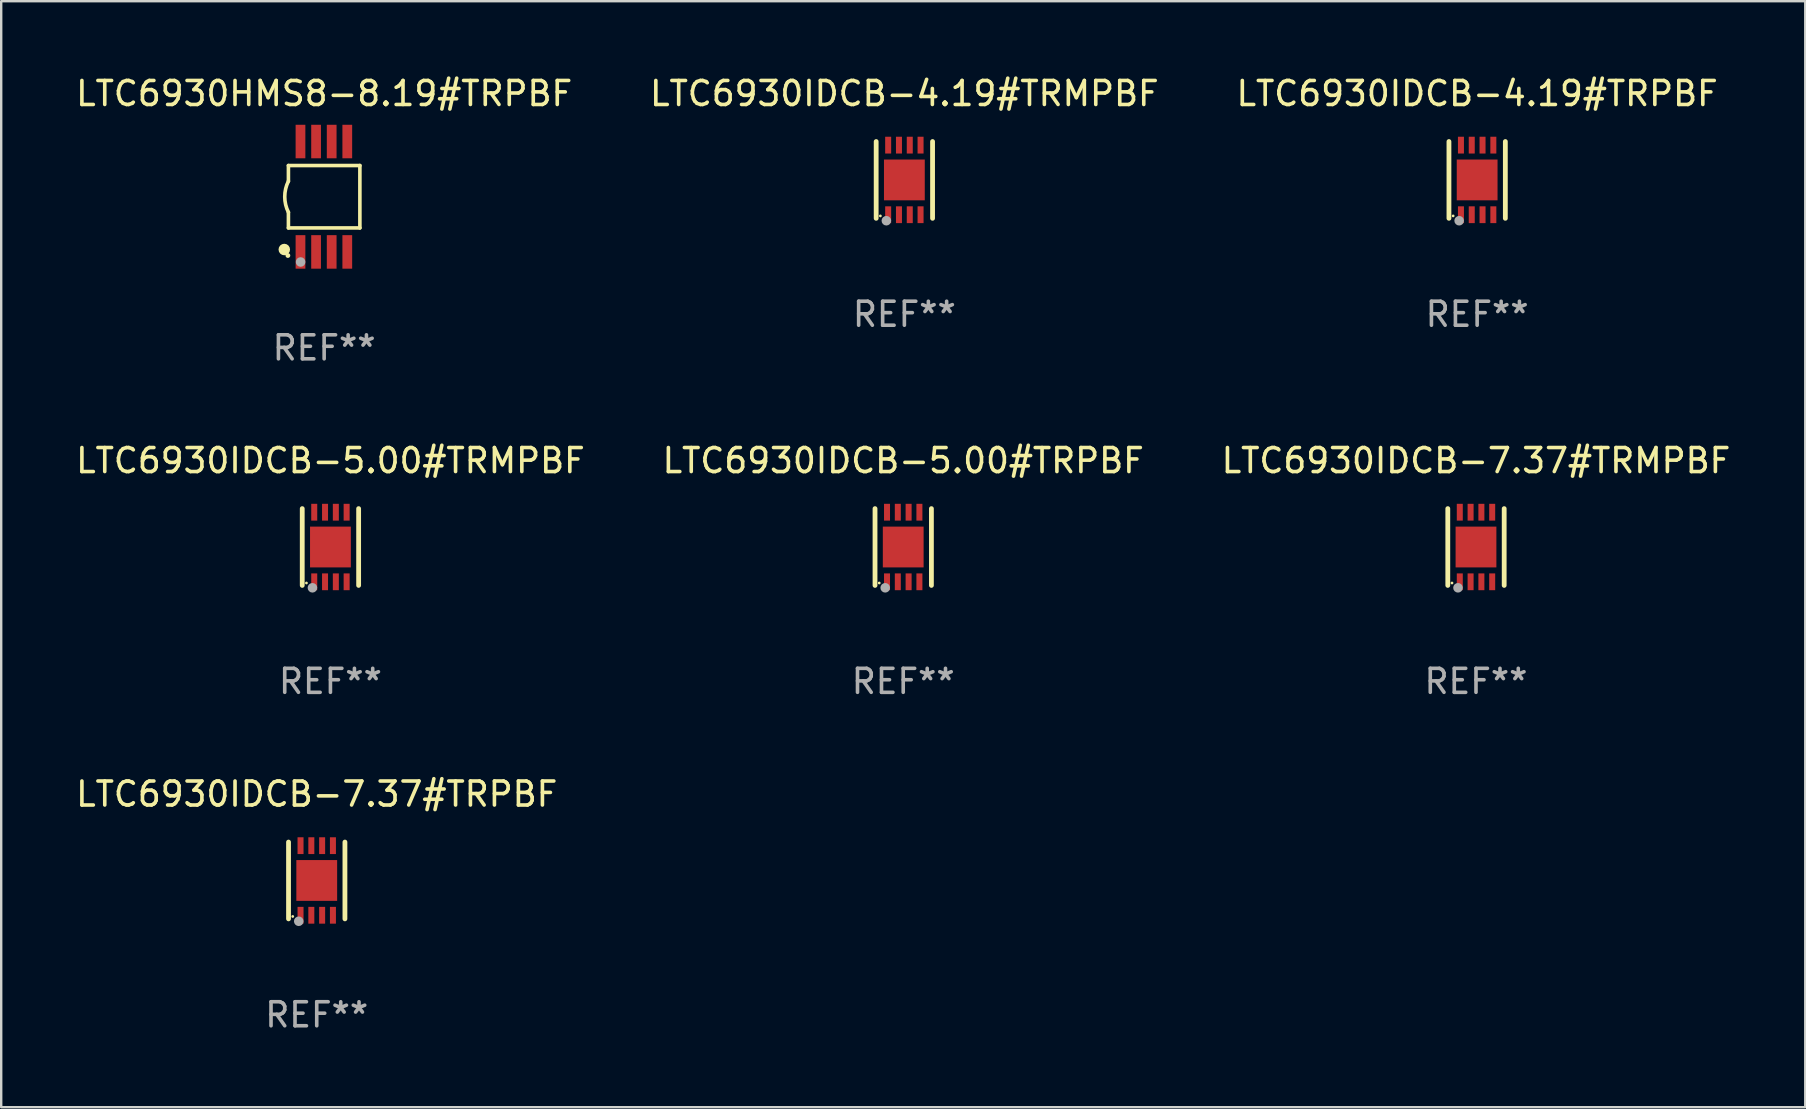
<source format=kicad_pcb>
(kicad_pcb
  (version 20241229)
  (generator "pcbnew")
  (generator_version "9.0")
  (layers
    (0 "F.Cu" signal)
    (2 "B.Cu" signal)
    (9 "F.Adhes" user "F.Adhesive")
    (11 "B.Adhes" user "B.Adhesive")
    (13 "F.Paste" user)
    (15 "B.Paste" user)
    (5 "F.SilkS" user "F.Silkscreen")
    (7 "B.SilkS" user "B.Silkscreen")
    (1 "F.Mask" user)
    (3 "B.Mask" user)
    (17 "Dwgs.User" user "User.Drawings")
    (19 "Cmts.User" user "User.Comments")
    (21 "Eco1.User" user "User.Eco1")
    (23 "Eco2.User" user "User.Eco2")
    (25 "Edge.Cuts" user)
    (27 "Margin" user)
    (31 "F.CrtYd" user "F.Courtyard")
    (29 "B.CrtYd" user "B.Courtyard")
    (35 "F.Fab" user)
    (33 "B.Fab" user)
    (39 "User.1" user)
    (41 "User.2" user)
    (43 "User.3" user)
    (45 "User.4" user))
  (footprint "LTC6930IDCB-4.19#TRMPBF"
    (layer "F.Cu")
    (at 34.637 4.448)
    (property "Reference" "LTC6930IDCB-4.19#TRMPBF" (at 0 -3.6 0) (layer "F.SilkS") (effects (font (size 1 1) (thickness 0.15))))
    (attr through_hole)
    (fp_line (start -1.175 1.6) (end -1.175 -1.6) (stroke (width 0.2) (type solid)) (layer "F.SilkS"))
    (fp_line (start 1.175 1.6) (end 1.175 -1.6) (stroke (width 0.2) (type solid)) (layer "F.SilkS"))
    (fp_circle (center -1 1.5) (end -0.97 1.5) (stroke (width 0.06) (type solid)) (fill no) (layer "F.SilkS"))
    (fp_circle (center -0.75 1.7) (end -0.65 1.7) (stroke (width 0.2) (type solid)) (fill no) (layer "F.Fab"))
    (fp_text user "REF**" (at 0 5.6 0) (layer "F.Fab") (effects (font (size 1 1) (thickness 0.15))))
    (pad "1" smd rect (at -0.675 1.45 90) (size 0.7 0.25) (layers "F.Cu" "F.Mask" "F.Paste"))
    (pad "2" smd rect (at -0.225 1.45 90) (size 0.7 0.25) (layers "F.Cu" "F.Mask" "F.Paste"))
    (pad "3" smd rect (at 0.225 1.45 90) (size 0.7 0.25) (layers "F.Cu" "F.Mask" "F.Paste"))
    (pad "4" smd rect (at 0.675 1.45 90) (size 0.7 0.25) (layers "F.Cu" "F.Mask" "F.Paste"))
    (pad "5" smd rect (at 0.675 -1.45 90) (size 0.7 0.25) (layers "F.Cu" "F.Mask" "F.Paste"))
    (pad "6" smd rect (at 0.225 -1.45 90) (size 0.7 0.25) (layers "F.Cu" "F.Mask" "F.Paste"))
    (pad "7" smd rect (at -0.225 -1.45 90) (size 0.7 0.25) (layers "F.Cu" "F.Mask" "F.Paste"))
    (pad "8" smd rect (at -0.675 -1.45 90) (size 0.7 0.25) (layers "F.Cu" "F.Mask" "F.Paste"))
    (pad "9" smd rect (at 0.000127 0 90) (size 1.7 1.7) (layers "F.Cu" "F.Mask" "F.Paste")))
  (footprint "LTC6930IDCB-4.19#TRPBF"
    (layer "F.Cu")
    (at 58.506 4.448)
    (property "Reference" "LTC6930IDCB-4.19#TRPBF" (at 0 -3.6 0) (layer "F.SilkS") (effects (font (size 1 1) (thickness 0.15))))
    (attr through_hole)
    (fp_line (start -1.175 1.6) (end -1.175 -1.6) (stroke (width 0.2) (type solid)) (layer "F.SilkS"))
    (fp_line (start 1.175 1.6) (end 1.175 -1.6) (stroke (width 0.2) (type solid)) (layer "F.SilkS"))
    (fp_circle (center -1 1.5) (end -0.97 1.5) (stroke (width 0.06) (type solid)) (fill no) (layer "F.SilkS"))
    (fp_circle (center -0.75 1.7) (end -0.65 1.7) (stroke (width 0.2) (type solid)) (fill no) (layer "F.Fab"))
    (fp_text user "REF**" (at 0 5.6 0) (layer "F.Fab") (effects (font (size 1 1) (thickness 0.15))))
    (pad "1" smd rect (at -0.675 1.45 90) (size 0.7 0.25) (layers "F.Cu" "F.Mask" "F.Paste"))
    (pad "2" smd rect (at -0.225 1.45 90) (size 0.7 0.25) (layers "F.Cu" "F.Mask" "F.Paste"))
    (pad "3" smd rect (at 0.225 1.45 90) (size 0.7 0.25) (layers "F.Cu" "F.Mask" "F.Paste"))
    (pad "4" smd rect (at 0.675 1.45 90) (size 0.7 0.25) (layers "F.Cu" "F.Mask" "F.Paste"))
    (pad "5" smd rect (at 0.675 -1.45 90) (size 0.7 0.25) (layers "F.Cu" "F.Mask" "F.Paste"))
    (pad "6" smd rect (at 0.225 -1.45 90) (size 0.7 0.25) (layers "F.Cu" "F.Mask" "F.Paste"))
    (pad "7" smd rect (at -0.225 -1.45 90) (size 0.7 0.25) (layers "F.Cu" "F.Mask" "F.Paste"))
    (pad "8" smd rect (at -0.675 -1.45 90) (size 0.7 0.25) (layers "F.Cu" "F.Mask" "F.Paste"))
    (pad "9" smd rect (at 0.000127 0 90) (size 1.7 1.7) (layers "F.Cu" "F.Mask" "F.Paste")))
  (footprint "LTC6930HMS8-8.19#TRPBF"
    (layer "F.Cu")
    (at 10.458 5.148)
    (property "Reference" "LTC6930HMS8-8.19#TRPBF" (at 0 -4.3 0) (layer "F.SilkS") (effects (font (size 1 1) (thickness 0.15))))
    (attr through_hole)
    (fp_line (start -1.489 -1.3) (end -1.489 -0.648) (stroke (width 0.15) (type solid)) (layer "F.SilkS"))
    (fp_line (start -1.489 0.648) (end -1.489 1.3) (stroke (width 0.15) (type solid)) (layer "F.SilkS"))
    (fp_line (start -1.489 1.3) (end 1.489 1.3) (stroke (width 0.15) (type solid)) (layer "F.SilkS"))
    (fp_line (start 1.489 -1.3) (end -1.489 -1.3) (stroke (width 0.15) (type solid)) (layer "F.SilkS"))
    (fp_line (start 1.489 1.3) (end 1.489 -1.3) (stroke (width 0.15) (type solid)) (layer "F.SilkS"))
    (fp_arc (start -1.489205 0.647702) (mid -1.642107 0) (end -1.489205 -0.647701) (stroke (width 0.150013) (type solid)) (layer "F.SilkS"))
    (fp_circle (center -1.661 2.2) (end -1.541 2.2) (stroke (width 0.24) (type solid)) (fill no) (layer "F.SilkS"))
    (fp_circle (center -1.511 2.45) (end -1.461 2.45) (stroke (width 0.1) (type solid)) (fill no) (layer "F.SilkS"))
    (fp_circle (center -0.981 2.72) (end -0.881 2.72) (stroke (width 0.2) (type solid)) (fill no) (layer "F.Fab"))
    (fp_text user "REF**" (at 0 6.3 0) (layer "F.Fab") (effects (font (size 1 1) (thickness 0.15))))
    (pad "1" smd rect (at -0.986 2.3) (size 0.406 1.397) (layers "F.Cu" "F.Mask" "F.Paste"))
    (pad "2" smd rect (at -0.336 2.3) (size 0.406 1.397) (layers "F.Cu" "F.Mask" "F.Paste"))
    (pad "3" smd rect (at 0.314 2.3) (size 0.406 1.397) (layers "F.Cu" "F.Mask" "F.Paste"))
    (pad "4" smd rect (at 0.964 2.3) (size 0.406 1.397) (layers "F.Cu" "F.Mask" "F.Paste"))
    (pad "5" smd rect (at 0.964 -2.3) (size 0.406 1.397) (layers "F.Cu" "F.Mask" "F.Paste"))
    (pad "6" smd rect (at 0.314 -2.3) (size 0.406 1.397) (layers "F.Cu" "F.Mask" "F.Paste"))
    (pad "7" smd rect (at -0.336 -2.3) (size 0.406 1.397) (layers "F.Cu" "F.Mask" "F.Paste"))
    (pad "8" smd rect (at -0.986 -2.3) (size 0.406 1.397) (layers "F.Cu" "F.Mask" "F.Paste")))
  (footprint "LTC6930IDCB-7.37#TRPBF"
    (layer "F.Cu")
    (at 10.149 33.641)
    (property "Reference" "LTC6930IDCB-7.37#TRPBF" (at 0 -3.6 0) (layer "F.SilkS") (effects (font (size 1 1) (thickness 0.15))))
    (attr through_hole)
    (fp_line (start -1.175 1.6) (end -1.175 -1.6) (stroke (width 0.2) (type solid)) (layer "F.SilkS"))
    (fp_line (start 1.175 1.6) (end 1.175 -1.6) (stroke (width 0.2) (type solid)) (layer "F.SilkS"))
    (fp_circle (center -1 1.5) (end -0.97 1.5) (stroke (width 0.06) (type solid)) (fill no) (layer "F.SilkS"))
    (fp_circle (center -0.75 1.7) (end -0.65 1.7) (stroke (width 0.2) (type solid)) (fill no) (layer "F.Fab"))
    (fp_text user "REF**" (at 0 5.6 0) (layer "F.Fab") (effects (font (size 1 1) (thickness 0.15))))
    (pad "1" smd rect (at -0.675 1.45 90) (size 0.7 0.25) (layers "F.Cu" "F.Mask" "F.Paste"))
    (pad "2" smd rect (at -0.225 1.45 90) (size 0.7 0.25) (layers "F.Cu" "F.Mask" "F.Paste"))
    (pad "3" smd rect (at 0.225 1.45 90) (size 0.7 0.25) (layers "F.Cu" "F.Mask" "F.Paste"))
    (pad "4" smd rect (at 0.675 1.45 90) (size 0.7 0.25) (layers "F.Cu" "F.Mask" "F.Paste"))
    (pad "5" smd rect (at 0.675 -1.45 90) (size 0.7 0.25) (layers "F.Cu" "F.Mask" "F.Paste"))
    (pad "6" smd rect (at 0.225 -1.45 90) (size 0.7 0.25) (layers "F.Cu" "F.Mask" "F.Paste"))
    (pad "7" smd rect (at -0.225 -1.45 90) (size 0.7 0.25) (layers "F.Cu" "F.Mask" "F.Paste"))
    (pad "8" smd rect (at -0.675 -1.45 90) (size 0.7 0.25) (layers "F.Cu" "F.Mask" "F.Paste"))
    (pad "9" smd rect (at 0.000127 0 90) (size 1.7 1.7) (layers "F.Cu" "F.Mask" "F.Paste")))
  (footprint "LTC6930IDCB-7.37#TRMPBF"
    (layer "F.Cu")
    (at 58.458 19.745)
    (property "Reference" "LTC6930IDCB-7.37#TRMPBF" (at 0 -3.6 0) (layer "F.SilkS") (effects (font (size 1 1) (thickness 0.15))))
    (attr through_hole)
    (fp_line (start -1.175 1.6) (end -1.175 -1.6) (stroke (width 0.2) (type solid)) (layer "F.SilkS"))
    (fp_line (start 1.175 1.6) (end 1.175 -1.6) (stroke (width 0.2) (type solid)) (layer "F.SilkS"))
    (fp_circle (center -1 1.5) (end -0.97 1.5) (stroke (width 0.06) (type solid)) (fill no) (layer "F.SilkS"))
    (fp_circle (center -0.75 1.7) (end -0.65 1.7) (stroke (width 0.2) (type solid)) (fill no) (layer "F.Fab"))
    (fp_text user "REF**" (at 0 5.6 0) (layer "F.Fab") (effects (font (size 1 1) (thickness 0.15))))
    (pad "1" smd rect (at -0.675 1.45 90) (size 0.7 0.25) (layers "F.Cu" "F.Mask" "F.Paste"))
    (pad "2" smd rect (at -0.225 1.45 90) (size 0.7 0.25) (layers "F.Cu" "F.Mask" "F.Paste"))
    (pad "3" smd rect (at 0.225 1.45 90) (size 0.7 0.25) (layers "F.Cu" "F.Mask" "F.Paste"))
    (pad "4" smd rect (at 0.675 1.45 90) (size 0.7 0.25) (layers "F.Cu" "F.Mask" "F.Paste"))
    (pad "5" smd rect (at 0.675 -1.45 90) (size 0.7 0.25) (layers "F.Cu" "F.Mask" "F.Paste"))
    (pad "6" smd rect (at 0.225 -1.45 90) (size 0.7 0.25) (layers "F.Cu" "F.Mask" "F.Paste"))
    (pad "7" smd rect (at -0.225 -1.45 90) (size 0.7 0.25) (layers "F.Cu" "F.Mask" "F.Paste"))
    (pad "8" smd rect (at -0.675 -1.45 90) (size 0.7 0.25) (layers "F.Cu" "F.Mask" "F.Paste"))
    (pad "9" smd rect (at 0.000127 0 90) (size 1.7 1.7) (layers "F.Cu" "F.Mask" "F.Paste")))
  (footprint "LTC6930IDCB-5.00#TRPBF"
    (layer "F.Cu")
    (at 34.589 19.745)
    (property "Reference" "LTC6930IDCB-5.00#TRPBF" (at 0 -3.6 0) (layer "F.SilkS") (effects (font (size 1 1) (thickness 0.15))))
    (attr through_hole)
    (fp_line (start -1.175 1.6) (end -1.175 -1.6) (stroke (width 0.2) (type solid)) (layer "F.SilkS"))
    (fp_line (start 1.175 1.6) (end 1.175 -1.6) (stroke (width 0.2) (type solid)) (layer "F.SilkS"))
    (fp_circle (center -1 1.5) (end -0.97 1.5) (stroke (width 0.06) (type solid)) (fill no) (layer "F.SilkS"))
    (fp_circle (center -0.75 1.7) (end -0.65 1.7) (stroke (width 0.2) (type solid)) (fill no) (layer "F.Fab"))
    (fp_text user "REF**" (at 0 5.6 0) (layer "F.Fab") (effects (font (size 1 1) (thickness 0.15))))
    (pad "1" smd rect (at -0.675 1.45 90) (size 0.7 0.25) (layers "F.Cu" "F.Mask" "F.Paste"))
    (pad "2" smd rect (at -0.225 1.45 90) (size 0.7 0.25) (layers "F.Cu" "F.Mask" "F.Paste"))
    (pad "3" smd rect (at 0.225 1.45 90) (size 0.7 0.25) (layers "F.Cu" "F.Mask" "F.Paste"))
    (pad "4" smd rect (at 0.675 1.45 90) (size 0.7 0.25) (layers "F.Cu" "F.Mask" "F.Paste"))
    (pad "5" smd rect (at 0.675 -1.45 90) (size 0.7 0.25) (layers "F.Cu" "F.Mask" "F.Paste"))
    (pad "6" smd rect (at 0.225 -1.45 90) (size 0.7 0.25) (layers "F.Cu" "F.Mask" "F.Paste"))
    (pad "7" smd rect (at -0.225 -1.45 90) (size 0.7 0.25) (layers "F.Cu" "F.Mask" "F.Paste"))
    (pad "8" smd rect (at -0.675 -1.45 90) (size 0.7 0.25) (layers "F.Cu" "F.Mask" "F.Paste"))
    (pad "9" smd rect (at 0.000127 0 90) (size 1.7 1.7) (layers "F.Cu" "F.Mask" "F.Paste")))
  (footprint "LTC6930IDCB-5.00#TRMPBF"
    (layer "F.Cu")
    (at 10.72 19.745)
    (property "Reference" "LTC6930IDCB-5.00#TRMPBF" (at 0 -3.6 0) (layer "F.SilkS") (effects (font (size 1 1) (thickness 0.15))))
    (attr through_hole)
    (fp_line (start -1.175 1.6) (end -1.175 -1.6) (stroke (width 0.2) (type solid)) (layer "F.SilkS"))
    (fp_line (start 1.175 1.6) (end 1.175 -1.6) (stroke (width 0.2) (type solid)) (layer "F.SilkS"))
    (fp_circle (center -1 1.5) (end -0.97 1.5) (stroke (width 0.06) (type solid)) (fill no) (layer "F.SilkS"))
    (fp_circle (center -0.75 1.7) (end -0.65 1.7) (stroke (width 0.2) (type solid)) (fill no) (layer "F.Fab"))
    (fp_text user "REF**" (at 0 5.6 0) (layer "F.Fab") (effects (font (size 1 1) (thickness 0.15))))
    (pad "1" smd rect (at -0.675 1.45 90) (size 0.7 0.25) (layers "F.Cu" "F.Mask" "F.Paste"))
    (pad "2" smd rect (at -0.225 1.45 90) (size 0.7 0.25) (layers "F.Cu" "F.Mask" "F.Paste"))
    (pad "3" smd rect (at 0.225 1.45 90) (size 0.7 0.25) (layers "F.Cu" "F.Mask" "F.Paste"))
    (pad "4" smd rect (at 0.675 1.45 90) (size 0.7 0.25) (layers "F.Cu" "F.Mask" "F.Paste"))
    (pad "5" smd rect (at 0.675 -1.45 90) (size 0.7 0.25) (layers "F.Cu" "F.Mask" "F.Paste"))
    (pad "6" smd rect (at 0.225 -1.45 90) (size 0.7 0.25) (layers "F.Cu" "F.Mask" "F.Paste"))
    (pad "7" smd rect (at -0.225 -1.45 90) (size 0.7 0.25) (layers "F.Cu" "F.Mask" "F.Paste"))
    (pad "8" smd rect (at -0.675 -1.45 90) (size 0.7 0.25) (layers "F.Cu" "F.Mask" "F.Paste"))
    (pad "9" smd rect (at 0.000127 0 90) (size 1.7 1.7) (layers "F.Cu" "F.Mask" "F.Paste")))
  (gr_rect
    (start -3 -3)
    (end 72.179 43.089)
    (stroke (width 0.1) (type default))
    (fill no)
    (layer "Edge.Cuts")))
</source>
